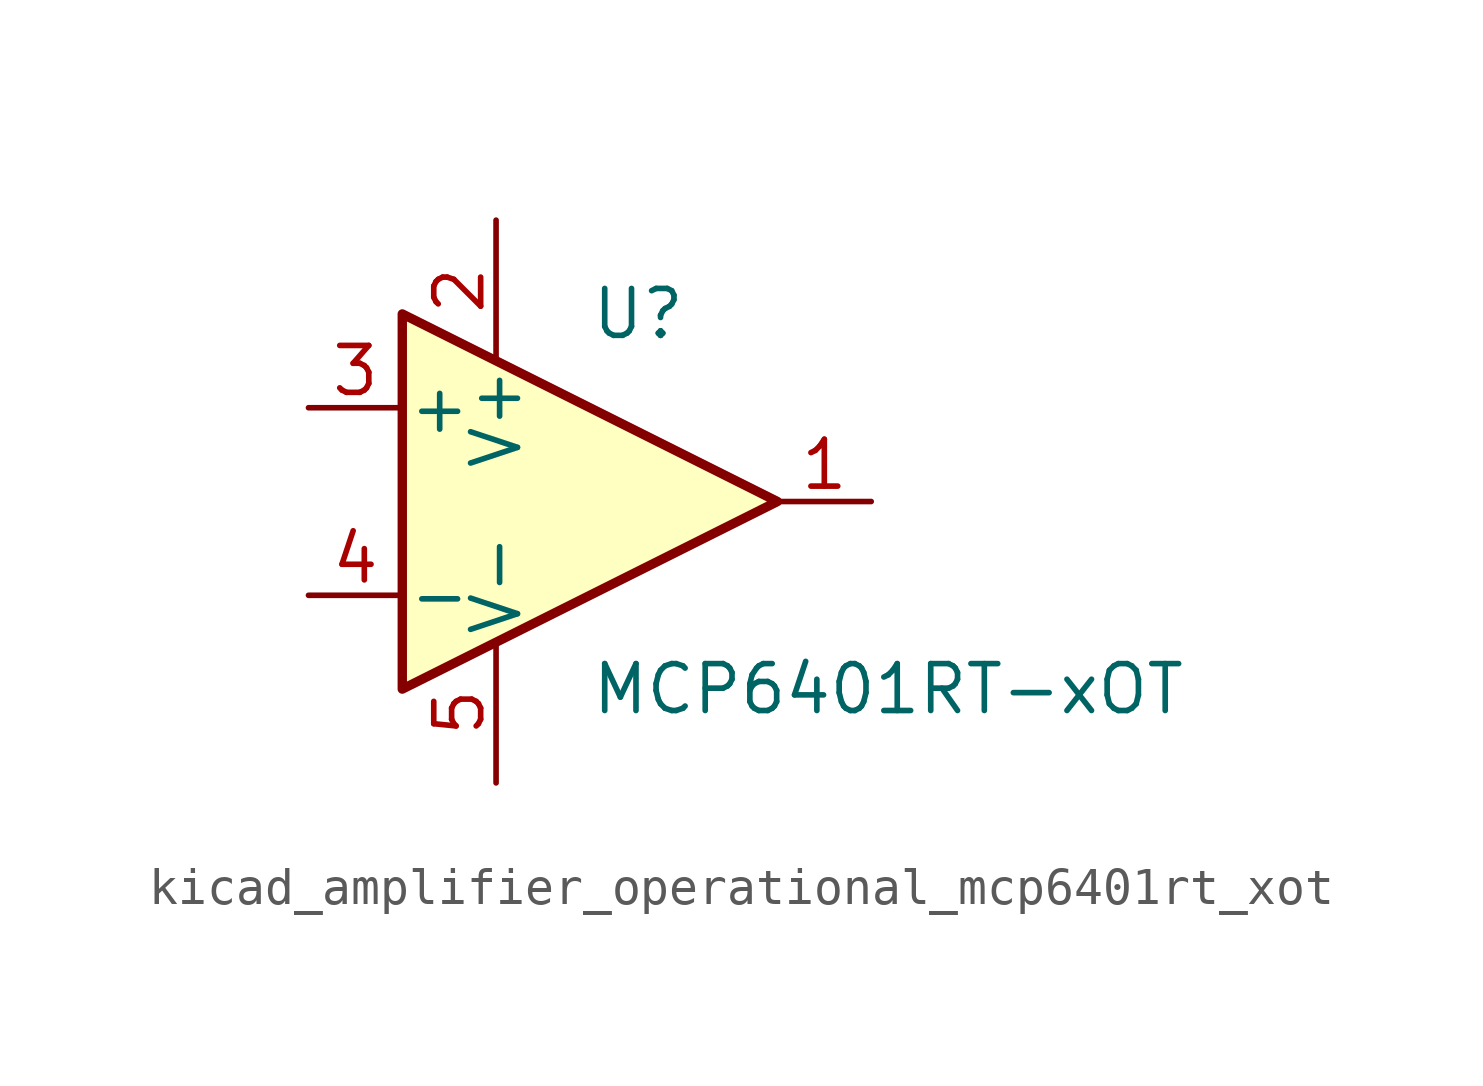
<source format=kicad_sym>
(kicad_symbol_lib
  (version 20220914)
  (generator kicad_symbol_editor)
  (symbol "kicad_amplifier_operational_mcp6401rt_xot"
    (pin_names
      (offset 0.127))
    (property "Reference" "U"
      (at 0 5.08 0)
      (effects (font (size 1.27 1.27)) (justify left)))
    (property "Value" "MCP6401RT-xOT"
      (at 0 -5.08 0)
      (effects (font (size 1.27 1.27)) (justify left)))
    (symbol "kicad_amplifier_operational_mcp6401rt_xot_0_1"
      (polyline (pts (xy -5.08 5.08) (xy 5.08 0) (xy -5.08 -5.08) (xy -5.08 5.08)) (stroke (width 0.254) (type default)) (fill (type background)))
      (pin power_in line (at -2.54 7.62 270) (length 3.81) (name "V+" (effects (font (size 1.27 1.27)))) (number "2" (effects (font (size 1.27 1.27)))))
      (pin power_in line (at -2.54 -7.62 90) (length 3.81) (name "V-" (effects (font (size 1.27 1.27)))) (number "5" (effects (font (size 1.27 1.27))))))
    (symbol "kicad_amplifier_operational_mcp6401rt_xot_1_1"
      (pin output line (at 7.62 0 180) (length 2.54) (name "~" (effects (font (size 1.27 1.27)))) (number "1" (effects (font (size 1.27 1.27)))))
      (pin input line (at -7.62 2.54 0) (length 2.54) (name "+" (effects (font (size 1.27 1.27)))) (number "3" (effects (font (size 1.27 1.27)))))
      (pin input line (at -7.62 -2.54 0) (length 2.54) (name "-" (effects (font (size 1.27 1.27)))) (number "4" (effects (font (size 1.27 1.27))))))))
</source>
